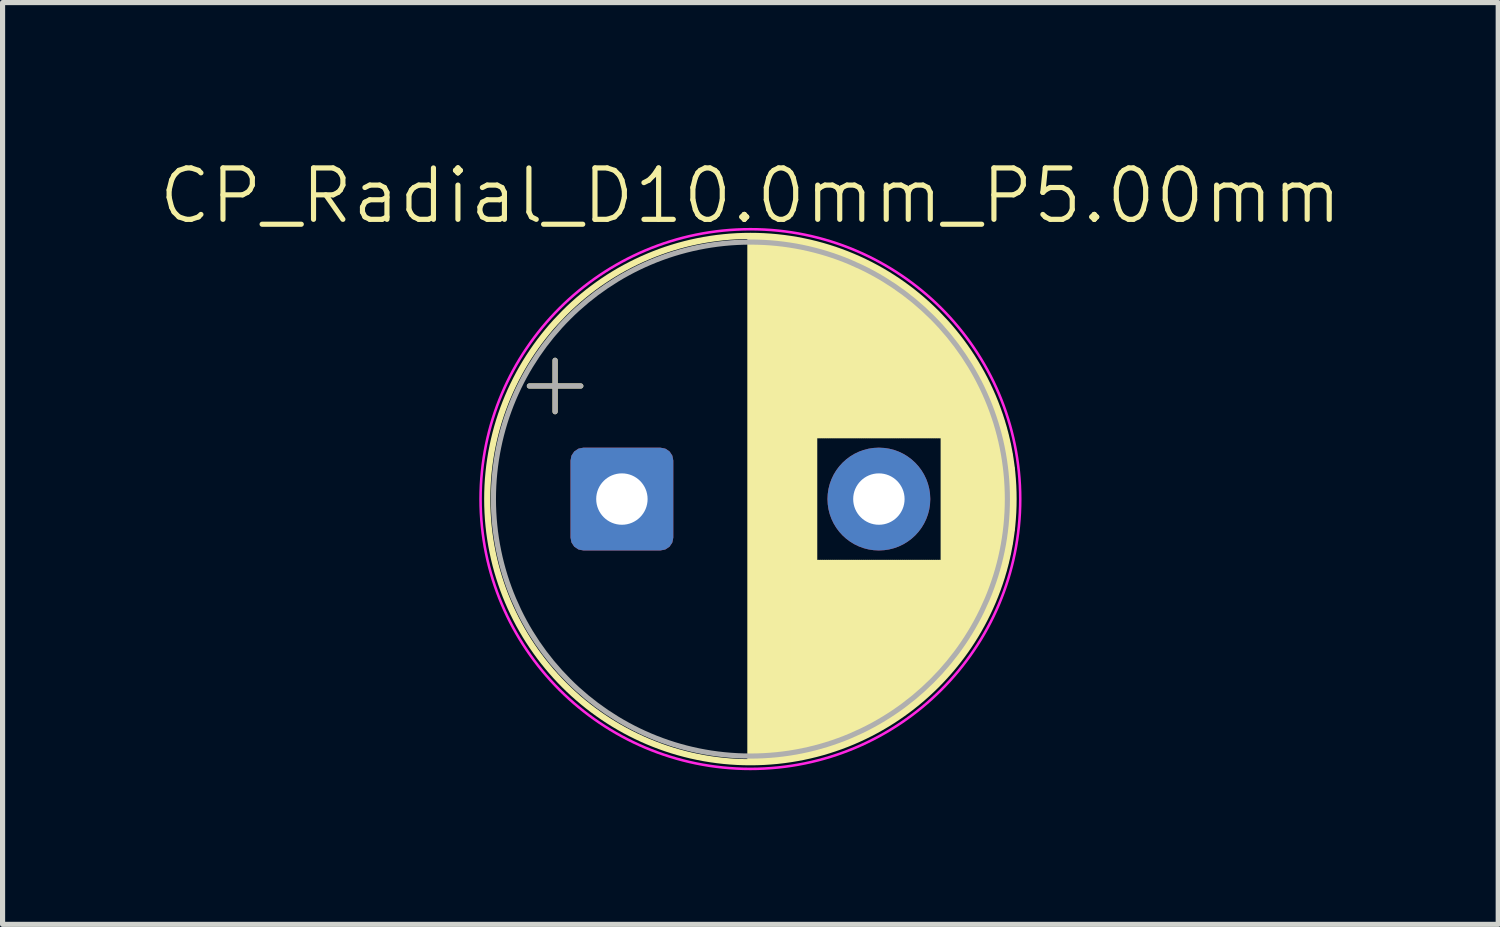
<source format=kicad_pcb>
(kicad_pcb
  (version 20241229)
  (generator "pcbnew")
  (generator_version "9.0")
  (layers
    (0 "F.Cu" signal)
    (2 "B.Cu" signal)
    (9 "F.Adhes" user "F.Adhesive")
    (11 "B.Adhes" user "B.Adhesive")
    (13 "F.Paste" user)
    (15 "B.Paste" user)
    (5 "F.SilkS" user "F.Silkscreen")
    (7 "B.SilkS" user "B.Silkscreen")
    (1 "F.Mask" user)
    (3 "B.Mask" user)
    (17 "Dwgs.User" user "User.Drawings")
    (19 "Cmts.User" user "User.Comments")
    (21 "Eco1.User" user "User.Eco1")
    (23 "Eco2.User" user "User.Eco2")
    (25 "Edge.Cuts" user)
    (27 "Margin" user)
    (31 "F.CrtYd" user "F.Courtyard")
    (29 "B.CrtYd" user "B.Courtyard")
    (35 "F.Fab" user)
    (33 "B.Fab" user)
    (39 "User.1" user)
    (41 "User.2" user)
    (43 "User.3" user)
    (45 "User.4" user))
  (footprint "CP_Radial_D10.0mm_P5.00mm"
    (layer "F.Cu")
    (at 11.55 6.66)
    (property "Reference" "CP_Radial_D10.0mm_P5.00mm" (at 0 -5.9 0) (layer "F.SilkS") (effects (font (size 1 1) (thickness 0.1))))
    (attr through_hole)
    (fp_line (start -4.3 -2.2) (end -3.3 -2.2) (stroke (width 0.1) (type solid)) (layer "F.SilkS"))
    (fp_line (start -3.8 -2.7) (end -3.8 -1.7) (stroke (width 0.1) (type solid)) (layer "F.SilkS"))
    (fp_line (start 0 -5.08) (end 0 5.08) (stroke (width 0.12) (type solid)) (layer "F.SilkS"))
    (fp_line (start 0.04 -5.08) (end 0.04 5.08) (stroke (width 0.12) (type solid)) (layer "F.SilkS"))
    (fp_line (start 0.08 -5.08) (end 0.08 5.08) (stroke (width 0.12) (type solid)) (layer "F.SilkS"))
    (fp_line (start 0.12 -5.079) (end 0.12 5.079) (stroke (width 0.12) (type solid)) (layer "F.SilkS"))
    (fp_line (start 0.16 -5.078) (end 0.16 5.078) (stroke (width 0.12) (type solid)) (layer "F.SilkS"))
    (fp_line (start 0.2 -5.077) (end 0.2 5.077) (stroke (width 0.12) (type solid)) (layer "F.SilkS"))
    (fp_line (start 0.24 -5.075) (end 0.24 5.075) (stroke (width 0.12) (type solid)) (layer "F.SilkS"))
    (fp_line (start 0.28 -5.073) (end 0.28 5.073) (stroke (width 0.12) (type solid)) (layer "F.SilkS"))
    (fp_line (start 0.32 -5.07) (end 0.32 5.07) (stroke (width 0.12) (type solid)) (layer "F.SilkS"))
    (fp_line (start 0.36 -5.068) (end 0.36 5.068) (stroke (width 0.12) (type solid)) (layer "F.SilkS"))
    (fp_line (start 0.4 -5.065) (end 0.4 5.065) (stroke (width 0.12) (type solid)) (layer "F.SilkS"))
    (fp_line (start 0.44 -5.062) (end 0.44 5.062) (stroke (width 0.12) (type solid)) (layer "F.SilkS"))
    (fp_line (start 0.48 -5.058) (end 0.48 5.058) (stroke (width 0.12) (type solid)) (layer "F.SilkS"))
    (fp_line (start 0.52 -5.054) (end 0.52 5.054) (stroke (width 0.12) (type solid)) (layer "F.SilkS"))
    (fp_line (start 0.56 -5.05) (end 0.56 5.05) (stroke (width 0.12) (type solid)) (layer "F.SilkS"))
    (fp_line (start 0.6 -5.045) (end 0.6 5.045) (stroke (width 0.12) (type solid)) (layer "F.SilkS"))
    (fp_line (start 0.64 -5.04) (end 0.64 5.04) (stroke (width 0.12) (type solid)) (layer "F.SilkS"))
    (fp_line (start 0.68 -5.035) (end 0.68 5.035) (stroke (width 0.12) (type solid)) (layer "F.SilkS"))
    (fp_line (start 0.721 -5.03) (end 0.721 5.03) (stroke (width 0.12) (type solid)) (layer "F.SilkS"))
    (fp_line (start 0.761 -5.024) (end 0.761 5.024) (stroke (width 0.12) (type solid)) (layer "F.SilkS"))
    (fp_line (start 0.801 -5.018) (end 0.801 5.018) (stroke (width 0.12) (type solid)) (layer "F.SilkS"))
    (fp_line (start 0.841 -5.011) (end 0.841 5.011) (stroke (width 0.12) (type solid)) (layer "F.SilkS"))
    (fp_line (start 0.881 -5.004) (end 0.881 5.004) (stroke (width 0.12) (type solid)) (layer "F.SilkS"))
    (fp_line (start 0.921 -4.997) (end 0.921 4.997) (stroke (width 0.12) (type solid)) (layer "F.SilkS"))
    (fp_line (start 0.961 -4.99) (end 0.961 4.99) (stroke (width 0.12) (type solid)) (layer "F.SilkS"))
    (fp_line (start 1.001 -4.982) (end 1.001 4.982) (stroke (width 0.12) (type solid)) (layer "F.SilkS"))
    (fp_line (start 1.041 -4.974) (end 1.041 4.974) (stroke (width 0.12) (type solid)) (layer "F.SilkS"))
    (fp_line (start 1.081 -4.965) (end 1.081 4.965) (stroke (width 0.12) (type solid)) (layer "F.SilkS"))
    (fp_line (start 1.121 -4.956) (end 1.121 4.956) (stroke (width 0.12) (type solid)) (layer "F.SilkS"))
    (fp_line (start 1.161 -4.947) (end 1.161 4.947) (stroke (width 0.12) (type solid)) (layer "F.SilkS"))
    (fp_line (start 1.201 -4.938) (end 1.201 4.938) (stroke (width 0.12) (type solid)) (layer "F.SilkS"))
    (fp_line (start 1.241 -4.928) (end 1.241 4.928) (stroke (width 0.12) (type solid)) (layer "F.SilkS"))
    (fp_line (start 1.281 -4.918) (end 1.281 -1.241) (stroke (width 0.12) (type solid)) (layer "F.SilkS"))
    (fp_line (start 1.281 1.241) (end 1.281 4.918) (stroke (width 0.12) (type solid)) (layer "F.SilkS"))
    (fp_line (start 1.321 -4.907) (end 1.321 -1.241) (stroke (width 0.12) (type solid)) (layer "F.SilkS"))
    (fp_line (start 1.321 1.241) (end 1.321 4.907) (stroke (width 0.12) (type solid)) (layer "F.SilkS"))
    (fp_line (start 1.361 -4.897) (end 1.361 -1.241) (stroke (width 0.12) (type solid)) (layer "F.SilkS"))
    (fp_line (start 1.361 1.241) (end 1.361 4.897) (stroke (width 0.12) (type solid)) (layer "F.SilkS"))
    (fp_line (start 1.401 -4.885) (end 1.401 -1.241) (stroke (width 0.12) (type solid)) (layer "F.SilkS"))
    (fp_line (start 1.401 1.241) (end 1.401 4.885) (stroke (width 0.12) (type solid)) (layer "F.SilkS"))
    (fp_line (start 1.441 -4.874) (end 1.441 -1.241) (stroke (width 0.12) (type solid)) (layer "F.SilkS"))
    (fp_line (start 1.441 1.241) (end 1.441 4.874) (stroke (width 0.12) (type solid)) (layer "F.SilkS"))
    (fp_line (start 1.481 -4.862) (end 1.481 -1.241) (stroke (width 0.12) (type solid)) (layer "F.SilkS"))
    (fp_line (start 1.481 1.241) (end 1.481 4.862) (stroke (width 0.12) (type solid)) (layer "F.SilkS"))
    (fp_line (start 1.521 -4.85) (end 1.521 -1.241) (stroke (width 0.12) (type solid)) (layer "F.SilkS"))
    (fp_line (start 1.521 1.241) (end 1.521 4.85) (stroke (width 0.12) (type solid)) (layer "F.SilkS"))
    (fp_line (start 1.561 -4.837) (end 1.561 -1.241) (stroke (width 0.12) (type solid)) (layer "F.SilkS"))
    (fp_line (start 1.561 1.241) (end 1.561 4.837) (stroke (width 0.12) (type solid)) (layer "F.SilkS"))
    (fp_line (start 1.601 -4.824) (end 1.601 -1.241) (stroke (width 0.12) (type solid)) (layer "F.SilkS"))
    (fp_line (start 1.601 1.241) (end 1.601 4.824) (stroke (width 0.12) (type solid)) (layer "F.SilkS"))
    (fp_line (start 1.641 -4.811) (end 1.641 -1.241) (stroke (width 0.12) (type solid)) (layer "F.SilkS"))
    (fp_line (start 1.641 1.241) (end 1.641 4.811) (stroke (width 0.12) (type solid)) (layer "F.SilkS"))
    (fp_line (start 1.681 -4.797) (end 1.681 -1.241) (stroke (width 0.12) (type solid)) (layer "F.SilkS"))
    (fp_line (start 1.681 1.241) (end 1.681 4.797) (stroke (width 0.12) (type solid)) (layer "F.SilkS"))
    (fp_line (start 1.721 -4.783) (end 1.721 -1.241) (stroke (width 0.12) (type solid)) (layer "F.SilkS"))
    (fp_line (start 1.721 1.241) (end 1.721 4.783) (stroke (width 0.12) (type solid)) (layer "F.SilkS"))
    (fp_line (start 1.761 -4.768) (end 1.761 -1.241) (stroke (width 0.12) (type solid)) (layer "F.SilkS"))
    (fp_line (start 1.761 1.241) (end 1.761 4.768) (stroke (width 0.12) (type solid)) (layer "F.SilkS"))
    (fp_line (start 1.801 -4.754) (end 1.801 -1.241) (stroke (width 0.12) (type solid)) (layer "F.SilkS"))
    (fp_line (start 1.801 1.241) (end 1.801 4.754) (stroke (width 0.12) (type solid)) (layer "F.SilkS"))
    (fp_line (start 1.841 -4.738) (end 1.841 -1.241) (stroke (width 0.12) (type solid)) (layer "F.SilkS"))
    (fp_line (start 1.841 1.241) (end 1.841 4.738) (stroke (width 0.12) (type solid)) (layer "F.SilkS"))
    (fp_line (start 1.881 -4.723) (end 1.881 -1.241) (stroke (width 0.12) (type solid)) (layer "F.SilkS"))
    (fp_line (start 1.881 1.241) (end 1.881 4.723) (stroke (width 0.12) (type solid)) (layer "F.SilkS"))
    (fp_line (start 1.921 -4.707) (end 1.921 -1.241) (stroke (width 0.12) (type solid)) (layer "F.SilkS"))
    (fp_line (start 1.921 1.241) (end 1.921 4.707) (stroke (width 0.12) (type solid)) (layer "F.SilkS"))
    (fp_line (start 1.961 -4.69) (end 1.961 -1.241) (stroke (width 0.12) (type solid)) (layer "F.SilkS"))
    (fp_line (start 1.961 1.241) (end 1.961 4.69) (stroke (width 0.12) (type solid)) (layer "F.SilkS"))
    (fp_line (start 2.001 -4.674) (end 2.001 -1.241) (stroke (width 0.12) (type solid)) (layer "F.SilkS"))
    (fp_line (start 2.001 1.241) (end 2.001 4.674) (stroke (width 0.12) (type solid)) (layer "F.SilkS"))
    (fp_line (start 2.041 -4.657) (end 2.041 -1.241) (stroke (width 0.12) (type solid)) (layer "F.SilkS"))
    (fp_line (start 2.041 1.241) (end 2.041 4.657) (stroke (width 0.12) (type solid)) (layer "F.SilkS"))
    (fp_line (start 2.081 -4.639) (end 2.081 -1.241) (stroke (width 0.12) (type solid)) (layer "F.SilkS"))
    (fp_line (start 2.081 1.241) (end 2.081 4.639) (stroke (width 0.12) (type solid)) (layer "F.SilkS"))
    (fp_line (start 2.121 -4.621) (end 2.121 -1.241) (stroke (width 0.12) (type solid)) (layer "F.SilkS"))
    (fp_line (start 2.121 1.241) (end 2.121 4.621) (stroke (width 0.12) (type solid)) (layer "F.SilkS"))
    (fp_line (start 2.161 -4.603) (end 2.161 -1.241) (stroke (width 0.12) (type solid)) (layer "F.SilkS"))
    (fp_line (start 2.161 1.241) (end 2.161 4.603) (stroke (width 0.12) (type solid)) (layer "F.SilkS"))
    (fp_line (start 2.201 -4.584) (end 2.201 -1.241) (stroke (width 0.12) (type solid)) (layer "F.SilkS"))
    (fp_line (start 2.201 1.241) (end 2.201 4.584) (stroke (width 0.12) (type solid)) (layer "F.SilkS"))
    (fp_line (start 2.241 -4.564) (end 2.241 -1.241) (stroke (width 0.12) (type solid)) (layer "F.SilkS"))
    (fp_line (start 2.241 1.241) (end 2.241 4.564) (stroke (width 0.12) (type solid)) (layer "F.SilkS"))
    (fp_line (start 2.281 -4.545) (end 2.281 -1.241) (stroke (width 0.12) (type solid)) (layer "F.SilkS"))
    (fp_line (start 2.281 1.241) (end 2.281 4.545) (stroke (width 0.12) (type solid)) (layer "F.SilkS"))
    (fp_line (start 2.321 -4.525) (end 2.321 -1.241) (stroke (width 0.12) (type solid)) (layer "F.SilkS"))
    (fp_line (start 2.321 1.241) (end 2.321 4.525) (stroke (width 0.12) (type solid)) (layer "F.SilkS"))
    (fp_line (start 2.361 -4.504) (end 2.361 -1.241) (stroke (width 0.12) (type solid)) (layer "F.SilkS"))
    (fp_line (start 2.361 1.241) (end 2.361 4.504) (stroke (width 0.12) (type solid)) (layer "F.SilkS"))
    (fp_line (start 2.401 -4.483) (end 2.401 -1.241) (stroke (width 0.12) (type solid)) (layer "F.SilkS"))
    (fp_line (start 2.401 1.241) (end 2.401 4.483) (stroke (width 0.12) (type solid)) (layer "F.SilkS"))
    (fp_line (start 2.441 -4.462) (end 2.441 -1.241) (stroke (width 0.12) (type solid)) (layer "F.SilkS"))
    (fp_line (start 2.441 1.241) (end 2.441 4.462) (stroke (width 0.12) (type solid)) (layer "F.SilkS"))
    (fp_line (start 2.481 -4.44) (end 2.481 -1.241) (stroke (width 0.12) (type solid)) (layer "F.SilkS"))
    (fp_line (start 2.481 1.241) (end 2.481 4.44) (stroke (width 0.12) (type solid)) (layer "F.SilkS"))
    (fp_line (start 2.521 -4.417) (end 2.521 -1.241) (stroke (width 0.12) (type solid)) (layer "F.SilkS"))
    (fp_line (start 2.521 1.241) (end 2.521 4.417) (stroke (width 0.12) (type solid)) (layer "F.SilkS"))
    (fp_line (start 2.561 -4.395) (end 2.561 -1.241) (stroke (width 0.12) (type solid)) (layer "F.SilkS"))
    (fp_line (start 2.561 1.241) (end 2.561 4.395) (stroke (width 0.12) (type solid)) (layer "F.SilkS"))
    (fp_line (start 2.601 -4.371) (end 2.601 -1.241) (stroke (width 0.12) (type solid)) (layer "F.SilkS"))
    (fp_line (start 2.601 1.241) (end 2.601 4.371) (stroke (width 0.12) (type solid)) (layer "F.SilkS"))
    (fp_line (start 2.641 -4.347) (end 2.641 -1.241) (stroke (width 0.12) (type solid)) (layer "F.SilkS"))
    (fp_line (start 2.641 1.241) (end 2.641 4.347) (stroke (width 0.12) (type solid)) (layer "F.SilkS"))
    (fp_line (start 2.681 -4.323) (end 2.681 -1.241) (stroke (width 0.12) (type solid)) (layer "F.SilkS"))
    (fp_line (start 2.681 1.241) (end 2.681 4.323) (stroke (width 0.12) (type solid)) (layer "F.SilkS"))
    (fp_line (start 2.721 -4.298) (end 2.721 -1.241) (stroke (width 0.12) (type solid)) (layer "F.SilkS"))
    (fp_line (start 2.721 1.241) (end 2.721 4.298) (stroke (width 0.12) (type solid)) (layer "F.SilkS"))
    (fp_line (start 2.761 -4.273) (end 2.761 -1.241) (stroke (width 0.12) (type solid)) (layer "F.SilkS"))
    (fp_line (start 2.761 1.241) (end 2.761 4.273) (stroke (width 0.12) (type solid)) (layer "F.SilkS"))
    (fp_line (start 2.801 -4.247) (end 2.801 -1.241) (stroke (width 0.12) (type solid)) (layer "F.SilkS"))
    (fp_line (start 2.801 1.241) (end 2.801 4.247) (stroke (width 0.12) (type solid)) (layer "F.SilkS"))
    (fp_line (start 2.841 -4.221) (end 2.841 -1.241) (stroke (width 0.12) (type solid)) (layer "F.SilkS"))
    (fp_line (start 2.841 1.241) (end 2.841 4.221) (stroke (width 0.12) (type solid)) (layer "F.SilkS"))
    (fp_line (start 2.881 -4.194) (end 2.881 -1.241) (stroke (width 0.12) (type solid)) (layer "F.SilkS"))
    (fp_line (start 2.881 1.241) (end 2.881 4.194) (stroke (width 0.12) (type solid)) (layer "F.SilkS"))
    (fp_line (start 2.921 -4.166) (end 2.921 -1.241) (stroke (width 0.12) (type solid)) (layer "F.SilkS"))
    (fp_line (start 2.921 1.241) (end 2.921 4.166) (stroke (width 0.12) (type solid)) (layer "F.SilkS"))
    (fp_line (start 2.961 -4.138) (end 2.961 -1.241) (stroke (width 0.12) (type solid)) (layer "F.SilkS"))
    (fp_line (start 2.961 1.241) (end 2.961 4.138) (stroke (width 0.12) (type solid)) (layer "F.SilkS"))
    (fp_line (start 3.001 -4.11) (end 3.001 -1.241) (stroke (width 0.12) (type solid)) (layer "F.SilkS"))
    (fp_line (start 3.001 1.241) (end 3.001 4.11) (stroke (width 0.12) (type solid)) (layer "F.SilkS"))
    (fp_line (start 3.041 -4.08) (end 3.041 -1.241) (stroke (width 0.12) (type solid)) (layer "F.SilkS"))
    (fp_line (start 3.041 1.241) (end 3.041 4.08) (stroke (width 0.12) (type solid)) (layer "F.SilkS"))
    (fp_line (start 3.081 -4.05) (end 3.081 -1.241) (stroke (width 0.12) (type solid)) (layer "F.SilkS"))
    (fp_line (start 3.081 1.241) (end 3.081 4.05) (stroke (width 0.12) (type solid)) (layer "F.SilkS"))
    (fp_line (start 3.121 -4.02) (end 3.121 -1.241) (stroke (width 0.12) (type solid)) (layer "F.SilkS"))
    (fp_line (start 3.121 1.241) (end 3.121 4.02) (stroke (width 0.12) (type solid)) (layer "F.SilkS"))
    (fp_line (start 3.161 -3.989) (end 3.161 -1.241) (stroke (width 0.12) (type solid)) (layer "F.SilkS"))
    (fp_line (start 3.161 1.241) (end 3.161 3.989) (stroke (width 0.12) (type solid)) (layer "F.SilkS"))
    (fp_line (start 3.201 -3.957) (end 3.201 -1.241) (stroke (width 0.12) (type solid)) (layer "F.SilkS"))
    (fp_line (start 3.201 1.241) (end 3.201 3.957) (stroke (width 0.12) (type solid)) (layer "F.SilkS"))
    (fp_line (start 3.241 -3.925) (end 3.241 -1.241) (stroke (width 0.12) (type solid)) (layer "F.SilkS"))
    (fp_line (start 3.241 1.241) (end 3.241 3.925) (stroke (width 0.12) (type solid)) (layer "F.SilkS"))
    (fp_line (start 3.281 -3.892) (end 3.281 -1.241) (stroke (width 0.12) (type solid)) (layer "F.SilkS"))
    (fp_line (start 3.281 1.241) (end 3.281 3.892) (stroke (width 0.12) (type solid)) (layer "F.SilkS"))
    (fp_line (start 3.321 -3.858) (end 3.321 -1.241) (stroke (width 0.12) (type solid)) (layer "F.SilkS"))
    (fp_line (start 3.321 1.241) (end 3.321 3.858) (stroke (width 0.12) (type solid)) (layer "F.SilkS"))
    (fp_line (start 3.361 -3.824) (end 3.361 -1.241) (stroke (width 0.12) (type solid)) (layer "F.SilkS"))
    (fp_line (start 3.361 1.241) (end 3.361 3.824) (stroke (width 0.12) (type solid)) (layer "F.SilkS"))
    (fp_line (start 3.401 -3.789) (end 3.401 -1.241) (stroke (width 0.12) (type solid)) (layer "F.SilkS"))
    (fp_line (start 3.401 1.241) (end 3.401 3.789) (stroke (width 0.12) (type solid)) (layer "F.SilkS"))
    (fp_line (start 3.441 -3.753) (end 3.441 -1.241) (stroke (width 0.12) (type solid)) (layer "F.SilkS"))
    (fp_line (start 3.441 1.241) (end 3.441 3.753) (stroke (width 0.12) (type solid)) (layer "F.SilkS"))
    (fp_line (start 3.481 -3.716) (end 3.481 -1.241) (stroke (width 0.12) (type solid)) (layer "F.SilkS"))
    (fp_line (start 3.481 1.241) (end 3.481 3.716) (stroke (width 0.12) (type solid)) (layer "F.SilkS"))
    (fp_line (start 3.521 -3.679) (end 3.521 -1.241) (stroke (width 0.12) (type solid)) (layer "F.SilkS"))
    (fp_line (start 3.521 1.241) (end 3.521 3.679) (stroke (width 0.12) (type solid)) (layer "F.SilkS"))
    (fp_line (start 3.561 -3.64) (end 3.561 -1.241) (stroke (width 0.12) (type solid)) (layer "F.SilkS"))
    (fp_line (start 3.561 1.241) (end 3.561 3.64) (stroke (width 0.12) (type solid)) (layer "F.SilkS"))
    (fp_line (start 3.601 -3.601) (end 3.601 -1.241) (stroke (width 0.12) (type solid)) (layer "F.SilkS"))
    (fp_line (start 3.601 1.241) (end 3.601 3.601) (stroke (width 0.12) (type solid)) (layer "F.SilkS"))
    (fp_line (start 3.641 -3.561) (end 3.641 -1.241) (stroke (width 0.12) (type solid)) (layer "F.SilkS"))
    (fp_line (start 3.641 1.241) (end 3.641 3.561) (stroke (width 0.12) (type solid)) (layer "F.SilkS"))
    (fp_line (start 3.681 -3.52) (end 3.681 -1.241) (stroke (width 0.12) (type solid)) (layer "F.SilkS"))
    (fp_line (start 3.681 1.241) (end 3.681 3.52) (stroke (width 0.12) (type solid)) (layer "F.SilkS"))
    (fp_line (start 3.721 -3.478) (end 3.721 -1.241) (stroke (width 0.12) (type solid)) (layer "F.SilkS"))
    (fp_line (start 3.721 1.241) (end 3.721 3.478) (stroke (width 0.12) (type solid)) (layer "F.SilkS"))
    (fp_line (start 3.761 -3.436) (end 3.761 3.436) (stroke (width 0.12) (type solid)) (layer "F.SilkS"))
    (fp_line (start 3.801 -3.392) (end 3.801 3.392) (stroke (width 0.12) (type solid)) (layer "F.SilkS"))
    (fp_line (start 3.841 -3.347) (end 3.841 3.347) (stroke (width 0.12) (type solid)) (layer "F.SilkS"))
    (fp_line (start 3.881 -3.301) (end 3.881 3.301) (stroke (width 0.12) (type solid)) (layer "F.SilkS"))
    (fp_line (start 3.921 -3.254) (end 3.921 3.254) (stroke (width 0.12) (type solid)) (layer "F.SilkS"))
    (fp_line (start 3.961 -3.206) (end 3.961 3.206) (stroke (width 0.12) (type solid)) (layer "F.SilkS"))
    (fp_line (start 4.001 -3.156) (end 4.001 3.156) (stroke (width 0.12) (type solid)) (layer "F.SilkS"))
    (fp_line (start 4.041 -3.106) (end 4.041 3.106) (stroke (width 0.12) (type solid)) (layer "F.SilkS"))
    (fp_line (start 4.081 -3.054) (end 4.081 3.054) (stroke (width 0.12) (type solid)) (layer "F.SilkS"))
    (fp_line (start 4.121 -3) (end 4.121 3) (stroke (width 0.12) (type solid)) (layer "F.SilkS"))
    (fp_line (start 4.161 -2.945) (end 4.161 2.945) (stroke (width 0.12) (type solid)) (layer "F.SilkS"))
    (fp_line (start 4.201 -2.889) (end 4.201 2.889) (stroke (width 0.12) (type solid)) (layer "F.SilkS"))
    (fp_line (start 4.241 -2.83) (end 4.241 2.83) (stroke (width 0.12) (type solid)) (layer "F.SilkS"))
    (fp_line (start 4.281 -2.77) (end 4.281 2.77) (stroke (width 0.12) (type solid)) (layer "F.SilkS"))
    (fp_line (start 4.321 -2.709) (end 4.321 2.709) (stroke (width 0.12) (type solid)) (layer "F.SilkS"))
    (fp_line (start 4.361 -2.645) (end 4.361 2.645) (stroke (width 0.12) (type solid)) (layer "F.SilkS"))
    (fp_line (start 4.401 -2.579) (end 4.401 2.579) (stroke (width 0.12) (type solid)) (layer "F.SilkS"))
    (fp_line (start 4.441 -2.51) (end 4.441 2.51) (stroke (width 0.12) (type solid)) (layer "F.SilkS"))
    (fp_line (start 4.481 -2.439) (end 4.481 2.439) (stroke (width 0.12) (type solid)) (layer "F.SilkS"))
    (fp_line (start 4.521 -2.365) (end 4.521 2.365) (stroke (width 0.12) (type solid)) (layer "F.SilkS"))
    (fp_line (start 4.561 -2.289) (end 4.561 2.289) (stroke (width 0.12) (type solid)) (layer "F.SilkS"))
    (fp_line (start 4.601 -2.209) (end 4.601 2.209) (stroke (width 0.12) (type solid)) (layer "F.SilkS"))
    (fp_line (start 4.641 -2.125) (end 4.641 2.125) (stroke (width 0.12) (type solid)) (layer "F.SilkS"))
    (fp_line (start 4.681 -2.037) (end 4.681 2.037) (stroke (width 0.12) (type solid)) (layer "F.SilkS"))
    (fp_line (start 4.721 -1.944) (end 4.721 1.944) (stroke (width 0.12) (type solid)) (layer "F.SilkS"))
    (fp_line (start 4.761 -1.846) (end 4.761 1.846) (stroke (width 0.12) (type solid)) (layer "F.SilkS"))
    (fp_line (start 4.801 -1.742) (end 4.801 1.742) (stroke (width 0.12) (type solid)) (layer "F.SilkS"))
    (fp_line (start 4.841 -1.63) (end 4.841 1.63) (stroke (width 0.12) (type solid)) (layer "F.SilkS"))
    (fp_line (start 4.881 -1.51) (end 4.881 1.51) (stroke (width 0.12) (type solid)) (layer "F.SilkS"))
    (fp_line (start 4.921 -1.378) (end 4.921 1.378) (stroke (width 0.12) (type solid)) (layer "F.SilkS"))
    (fp_line (start 4.961 -1.23) (end 4.961 1.23) (stroke (width 0.12) (type solid)) (layer "F.SilkS"))
    (fp_line (start 5.001 -1.062) (end 5.001 1.062) (stroke (width 0.12) (type solid)) (layer "F.SilkS"))
    (fp_line (start 5.041 -0.862) (end 5.041 0.862) (stroke (width 0.12) (type solid)) (layer "F.SilkS"))
    (fp_line (start 5.081 -0.599) (end 5.081 0.599) (stroke (width 0.12) (type solid)) (layer "F.SilkS"))
    (fp_circle (center 0 0) (end 5.12 0) (stroke (width 0.12) (type solid)) (fill no) (layer "F.SilkS"))
    (fp_circle (center 0 0) (end 5.25 0) (stroke (width 0.05) (type solid)) (fill no) (layer "F.CrtYd"))
    (fp_line (start -4.3 -2.2) (end -3.3 -2.2) (stroke (width 0.1) (type solid)) (layer "F.Fab"))
    (fp_line (start -3.8 -2.7) (end -3.8 -1.7) (stroke (width 0.1) (type solid)) (layer "F.Fab"))
    (fp_circle (center 0 0) (end 5 0) (stroke (width 0.1) (type solid)) (fill no) (layer "F.Fab"))
    (pad "1" thru_hole roundrect (at -2.5 0) (size 2 2) (drill 1) (layers "*.Cu" "*.Mask") (roundrect_rratio 0.125))
    (pad "2" thru_hole circle (at 2.5 0) (size 2 2) (drill 1) (layers "*.Cu" "*.Mask")))
  (gr_rect
    (start -3 -3)
    (end 26.1 14.935)
    (stroke (width 0.1) (type default))
    (fill no)
    (layer "Edge.Cuts")))
</source>
